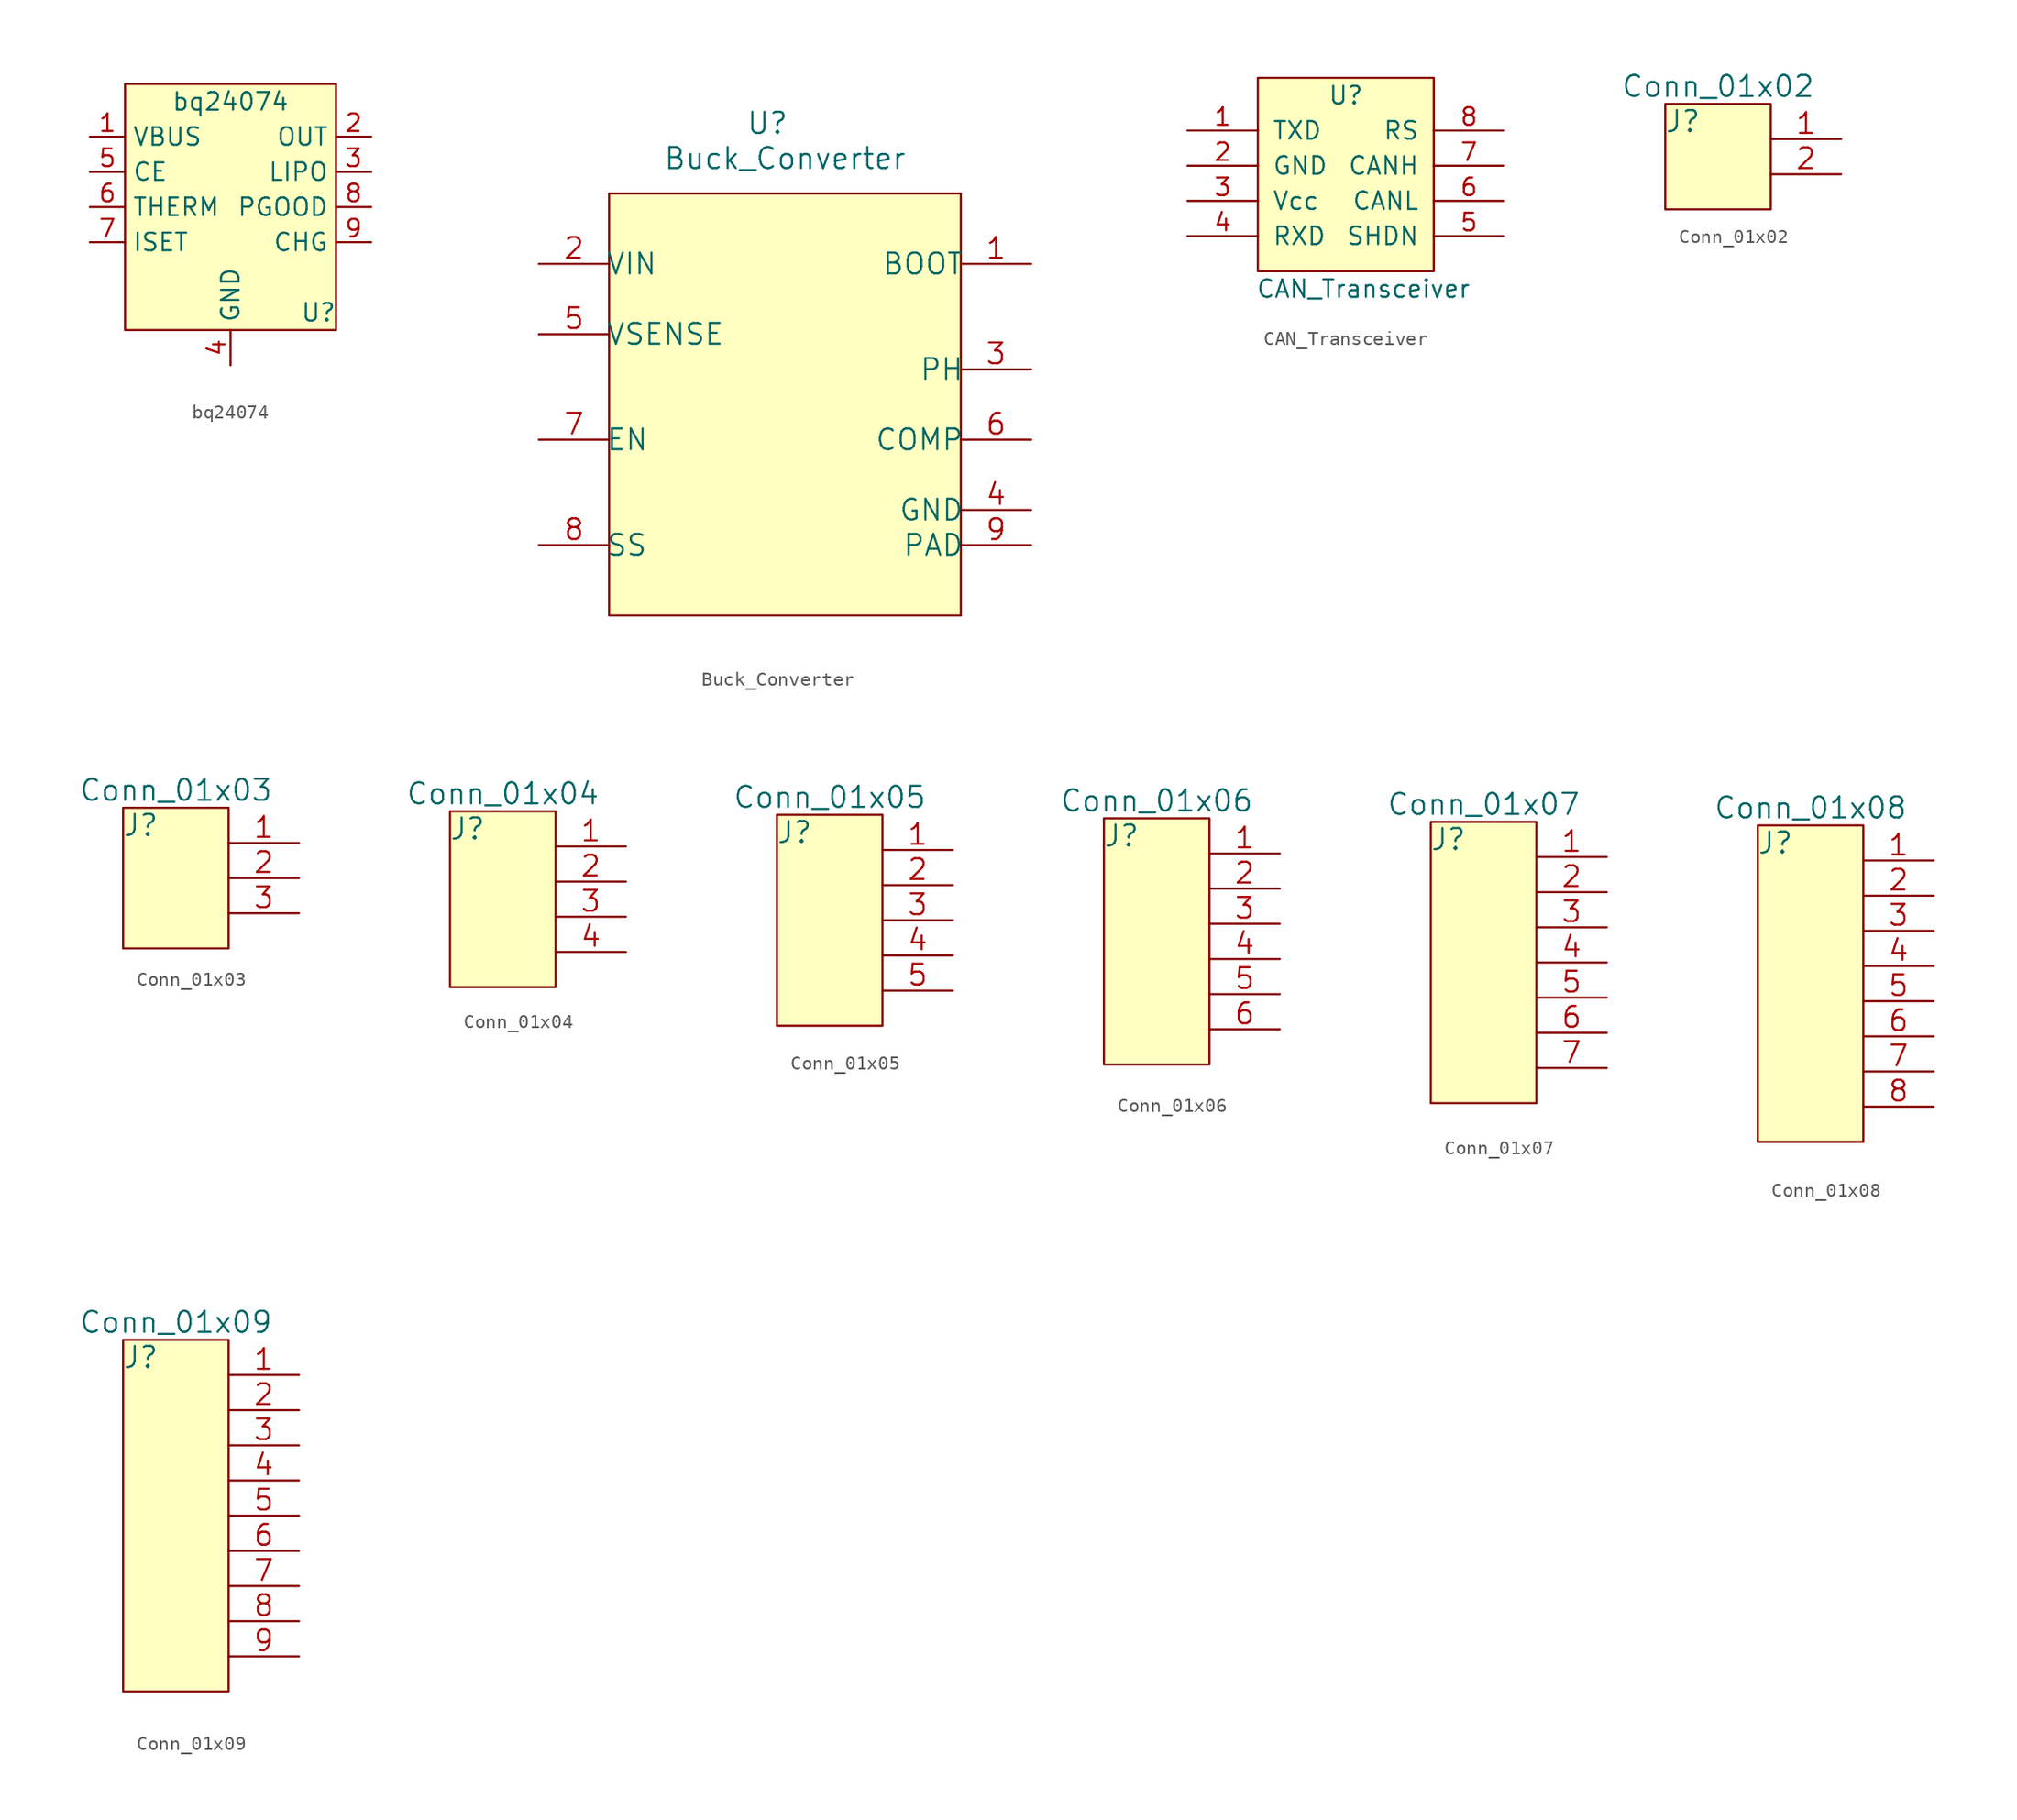
<source format=kicad_sym>
(kicad_symbol_lib
  (version 20211014)
  (generator kicad_symbol_editor)
  (symbol "bq24074"
    (property "Reference" "U"
      (at 7.62 -16.51 0)
      (effects (font (size 1.27 1.27))))
    (property "Value" "bq24074"
      (at 1.27 -1.27 0)
      (effects (font (size 1.27 1.27))))
    (symbol "bq24074_0_1"
      (rectangle (start -6.35 0) (end 8.89 -17.78) (stroke (width 0) (type default) (color 0 0 0 0)) (fill (type background))))
    (symbol "bq24074_1_1"
      (pin input line (at -8.89 -3.81 0) (length 2.54) (name "VBUS" (effects (font (size 1.27 1.27)))) (number "1" (effects (font (size 1.27 1.27)))))
      (pin input line (at 11.43 -3.81 180) (length 2.54) (name "OUT" (effects (font (size 1.27 1.27)))) (number "2" (effects (font (size 1.27 1.27)))))
      (pin input line (at 11.43 -6.35 180) (length 2.54) (name "LIPO" (effects (font (size 1.27 1.27)))) (number "3" (effects (font (size 1.27 1.27)))))
      (pin input line (at 1.27 -20.32 90) (length 2.54) (name "GND" (effects (font (size 1.27 1.27)))) (number "4" (effects (font (size 1.27 1.27)))))
      (pin input line (at -8.89 -6.35 0) (length 2.54) (name "CE" (effects (font (size 1.27 1.27)))) (number "5" (effects (font (size 1.27 1.27)))))
      (pin input line (at -8.89 -8.89 0) (length 2.54) (name "THERM" (effects (font (size 1.27 1.27)))) (number "6" (effects (font (size 1.27 1.27)))))
      (pin input line (at -8.89 -11.43 0) (length 2.54) (name "ISET" (effects (font (size 1.27 1.27)))) (number "7" (effects (font (size 1.27 1.27)))))
      (pin input line (at 11.43 -8.89 180) (length 2.54) (name "PGOOD" (effects (font (size 1.27 1.27)))) (number "8" (effects (font (size 1.27 1.27)))))
      (pin input line (at 11.43 -11.43 180) (length 2.54) (name "CHG" (effects (font (size 1.27 1.27)))) (number "9" (effects (font (size 1.27 1.27)))))))
  (symbol "Buck_Converter"
    (pin_names
      (offset -0.254))
    (property "Reference" "U"
      (at -1.27 20.32 0)
      (effects (font (size 1.524 1.524))))
    (property "Value" "Buck_Converter"
      (at 0 17.78 0)
      (effects (font (size 1.524 1.524))))
    (symbol "Buck_Converter_0_1"
      (rectangle (start 12.7 15.24) (end -12.7 -15.24) (stroke (width 0) (type default) (color 0 0 0 0)) (fill (type background))))
    (symbol "Buck_Converter_1_1"
      (pin unspecified line (at 17.78 10.16 180) (length 5.08) (name "BOOT" (effects (font (size 1.499 1.499)))) (number "1" (effects (font (size 1.499 1.499)))))
      (pin power_in line (at -17.78 10.16 0) (length 5.08) (name "VIN" (effects (font (size 1.499 1.499)))) (number "2" (effects (font (size 1.499 1.499)))))
      (pin power_in line (at 17.78 2.54 180) (length 5.08) (name "PH" (effects (font (size 1.499 1.499)))) (number "3" (effects (font (size 1.499 1.499)))))
      (pin power_in line (at 17.78 -7.62 180) (length 5.08) (name "GND" (effects (font (size 1.499 1.499)))) (number "4" (effects (font (size 1.499 1.499)))))
      (pin input line (at -17.78 5.08 0) (length 5.08) (name "VSENSE" (effects (font (size 1.499 1.499)))) (number "5" (effects (font (size 1.499 1.499)))))
      (pin bidirectional line (at 17.78 -2.54 180) (length 5.08) (name "COMP" (effects (font (size 1.499 1.499)))) (number "6" (effects (font (size 1.499 1.499)))))
      (pin input line (at -17.78 -2.54 0) (length 5.08) (name "EN" (effects (font (size 1.499 1.499)))) (number "7" (effects (font (size 1.499 1.499)))))
      (pin input line (at -17.78 -10.16 0) (length 5.08) (name "SS" (effects (font (size 1.499 1.499)))) (number "8" (effects (font (size 1.499 1.499)))))
      (pin power_in line (at 17.78 -10.16 180) (length 5.08) (name "PAD" (effects (font (size 1.499 1.499)))) (number "9" (effects (font (size 1.499 1.499)))))))
  (symbol "CAN_Transceiver"
    (pin_names
      (offset 1.016))
    (property "Reference" "U"
      (at 6.35 2.54 0)
      (effects (font (size 1.27 1.27))))
    (property "Value" "CAN_Transceiver"
      (at 7.62 -11.43 0)
      (effects (font (size 1.27 1.27))))
    (symbol "CAN_Transceiver_0_1"
      (rectangle (start 0 3.81) (end 12.7 -10.16) (stroke (width 0) (type default) (color 0 0 0 0)) (fill (type background))))
    (symbol "CAN_Transceiver_1_1"
      (pin input line (at -5.08 0 0) (length 5.08) (name "TXD" (effects (font (size 1.27 1.27)))) (number "1" (effects (font (size 1.27 1.27)))))
      (pin input line (at -5.08 -2.54 0) (length 5.08) (name "GND" (effects (font (size 1.27 1.27)))) (number "2" (effects (font (size 1.27 1.27)))))
      (pin input line (at -5.08 -5.08 0) (length 5.08) (name "Vcc" (effects (font (size 1.27 1.27)))) (number "3" (effects (font (size 1.27 1.27)))))
      (pin input line (at -5.08 -7.62 0) (length 5.08) (name "RXD" (effects (font (size 1.27 1.27)))) (number "4" (effects (font (size 1.27 1.27)))))
      (pin input line (at 17.78 -7.62 180) (length 5.08) (name "SHDN" (effects (font (size 1.27 1.27)))) (number "5" (effects (font (size 1.27 1.27)))))
      (pin input line (at 17.78 -5.08 180) (length 5.08) (name "CANL" (effects (font (size 1.27 1.27)))) (number "6" (effects (font (size 1.27 1.27)))))
      (pin input line (at 17.78 -2.54 180) (length 5.08) (name "CANH" (effects (font (size 1.27 1.27)))) (number "7" (effects (font (size 1.27 1.27)))))
      (pin input line (at 17.78 0 180) (length 5.08) (name "RS" (effects (font (size 1.27 1.27)))) (number "8" (effects (font (size 1.27 1.27)))))))
  (symbol "Conn_01x02"
    (pin_names
      (offset 0.254))
    (property "Reference" "J"
      (at -6.35 2.54 0)
      (effects (font (size 1.524 1.524))))
    (property "Value" "Conn_01x02"
      (at -3.81 5.08 0)
      (effects (font (size 1.524 1.524))))
    (symbol "Conn_01x02_1_1"
      (rectangle (start -7.62 -3.81) (end 0 3.81) (stroke (width 0) (type default) (color 0 0 0 0)) (fill (type background)))
      (pin unspecified line (at 5.08 1.27 180) (length 5.08) (name "~" (effects (font (size 1.499 1.499)))) (number "1" (effects (font (size 1.499 1.499)))))
      (pin unspecified line (at 5.08 -1.27 180) (length 5.08) (name "~" (effects (font (size 1.499 1.499)))) (number "2" (effects (font (size 1.499 1.499)))))))
  (symbol "Conn_01x03"
    (pin_names
      (offset 0.254))
    (property "Reference" "J"
      (at -6.35 2.54 0)
      (effects (font (size 1.524 1.524))))
    (property "Value" "Conn_01x03"
      (at -3.81 5.08 0)
      (effects (font (size 1.524 1.524))))
    (symbol "Conn_01x03_0_1"
      (rectangle (start -7.62 3.81) (end 0 -6.35) (stroke (width 0) (type default) (color 0 0 0 0)) (fill (type background))))
    (symbol "Conn_01x03_1_1"
      (pin unspecified line (at 5.08 1.27 180) (length 5.08) (name "~" (effects (font (size 1.499 1.499)))) (number "1" (effects (font (size 1.499 1.499)))))
      (pin unspecified line (at 5.08 -1.27 180) (length 5.08) (name "~" (effects (font (size 1.499 1.499)))) (number "2" (effects (font (size 1.499 1.499)))))
      (pin unspecified line (at 5.08 -3.81 180) (length 5.08) (name "~" (effects (font (size 1.499 1.499)))) (number "3" (effects (font (size 1.499 1.499)))))))
  (symbol "Conn_01x04"
    (pin_names
      (offset 0.254))
    (property "Reference" "J"
      (at -6.35 2.54 0)
      (effects (font (size 1.524 1.524))))
    (property "Value" "Conn_01x04"
      (at -3.81 5.08 0)
      (effects (font (size 1.524 1.524))))
    (symbol "Conn_01x04_0_1"
      (rectangle (start -7.62 3.81) (end 0 -8.89) (stroke (width 0) (type default) (color 0 0 0 0)) (fill (type background))))
    (symbol "Conn_01x04_1_1"
      (pin unspecified line (at 5.08 1.27 180) (length 5.08) (name "~" (effects (font (size 1.499 1.499)))) (number "1" (effects (font (size 1.499 1.499)))))
      (pin unspecified line (at 5.08 -1.27 180) (length 5.08) (name "~" (effects (font (size 1.499 1.499)))) (number "2" (effects (font (size 1.499 1.499)))))
      (pin unspecified line (at 5.08 -3.81 180) (length 5.08) (name "~" (effects (font (size 1.499 1.499)))) (number "3" (effects (font (size 1.499 1.499)))))
      (pin unspecified line (at 5.08 -6.35 180) (length 5.08) (name "~" (effects (font (size 1.499 1.499)))) (number "4" (effects (font (size 1.499 1.499)))))))
  (symbol "Conn_01x05"
    (pin_names
      (offset 0.254))
    (property "Reference" "J"
      (at -6.35 2.54 0)
      (effects (font (size 1.524 1.524))))
    (property "Value" "Conn_01x05"
      (at -3.81 5.08 0)
      (effects (font (size 1.524 1.524))))
    (symbol "Conn_01x05_0_1"
      (rectangle (start -7.62 3.81) (end 0 -11.43) (stroke (width 0) (type default) (color 0 0 0 0)) (fill (type background))))
    (symbol "Conn_01x05_1_1"
      (pin unspecified line (at 5.08 1.27 180) (length 5.08) (name "~" (effects (font (size 1.499 1.499)))) (number "1" (effects (font (size 1.499 1.499)))))
      (pin unspecified line (at 5.08 -1.27 180) (length 5.08) (name "~" (effects (font (size 1.499 1.499)))) (number "2" (effects (font (size 1.499 1.499)))))
      (pin unspecified line (at 5.08 -3.81 180) (length 5.08) (name "~" (effects (font (size 1.499 1.499)))) (number "3" (effects (font (size 1.499 1.499)))))
      (pin unspecified line (at 5.08 -6.35 180) (length 5.08) (name "~" (effects (font (size 1.499 1.499)))) (number "4" (effects (font (size 1.499 1.499)))))
      (pin unspecified line (at 5.08 -8.89 180) (length 5.08) (name "~" (effects (font (size 1.499 1.499)))) (number "5" (effects (font (size 1.499 1.499)))))))
  (symbol "Conn_01x06"
    (pin_names
      (offset 0.254))
    (property "Reference" "J"
      (at -6.35 2.54 0)
      (effects (font (size 1.524 1.524))))
    (property "Value" "Conn_01x06"
      (at -3.81 5.08 0)
      (effects (font (size 1.524 1.524))))
    (symbol "Conn_01x06_0_1"
      (rectangle (start -7.62 3.81) (end 0 -13.97) (stroke (width 0) (type default) (color 0 0 0 0)) (fill (type background))))
    (symbol "Conn_01x06_1_1"
      (pin unspecified line (at 5.08 1.27 180) (length 5.08) (name "~" (effects (font (size 1.499 1.499)))) (number "1" (effects (font (size 1.499 1.499)))))
      (pin unspecified line (at 5.08 -1.27 180) (length 5.08) (name "~" (effects (font (size 1.499 1.499)))) (number "2" (effects (font (size 1.499 1.499)))))
      (pin unspecified line (at 5.08 -3.81 180) (length 5.08) (name "~" (effects (font (size 1.499 1.499)))) (number "3" (effects (font (size 1.499 1.499)))))
      (pin unspecified line (at 5.08 -6.35 180) (length 5.08) (name "~" (effects (font (size 1.499 1.499)))) (number "4" (effects (font (size 1.499 1.499)))))
      (pin unspecified line (at 5.08 -8.89 180) (length 5.08) (name "~" (effects (font (size 1.499 1.499)))) (number "5" (effects (font (size 1.499 1.499)))))
      (pin unspecified line (at 5.08 -11.43 180) (length 5.08) (name "~" (effects (font (size 1.499 1.499)))) (number "6" (effects (font (size 1.499 1.499)))))))
  (symbol "Conn_01x07"
    (pin_names
      (offset 0.254))
    (property "Reference" "J"
      (at -6.35 2.54 0)
      (effects (font (size 1.524 1.524))))
    (property "Value" "Conn_01x07"
      (at -3.81 5.08 0)
      (effects (font (size 1.524 1.524))))
    (symbol "Conn_01x07_0_1"
      (rectangle (start -7.62 3.81) (end 0 -16.51) (stroke (width 0) (type default) (color 0 0 0 0)) (fill (type background))))
    (symbol "Conn_01x07_1_1"
      (pin unspecified line (at 5.08 1.27 180) (length 5.08) (name "~" (effects (font (size 1.499 1.499)))) (number "1" (effects (font (size 1.499 1.499)))))
      (pin unspecified line (at 5.08 -1.27 180) (length 5.08) (name "~" (effects (font (size 1.499 1.499)))) (number "2" (effects (font (size 1.499 1.499)))))
      (pin unspecified line (at 5.08 -3.81 180) (length 5.08) (name "~" (effects (font (size 1.499 1.499)))) (number "3" (effects (font (size 1.499 1.499)))))
      (pin unspecified line (at 5.08 -6.35 180) (length 5.08) (name "~" (effects (font (size 1.499 1.499)))) (number "4" (effects (font (size 1.499 1.499)))))
      (pin unspecified line (at 5.08 -8.89 180) (length 5.08) (name "~" (effects (font (size 1.499 1.499)))) (number "5" (effects (font (size 1.499 1.499)))))
      (pin unspecified line (at 5.08 -11.43 180) (length 5.08) (name "~" (effects (font (size 1.499 1.499)))) (number "6" (effects (font (size 1.499 1.499)))))
      (pin unspecified line (at 5.08 -13.97 180) (length 5.08) (name "~" (effects (font (size 1.499 1.499)))) (number "7" (effects (font (size 1.499 1.499)))))))
  (symbol "Conn_01x08"
    (pin_names
      (offset 0.254))
    (property "Reference" "J"
      (at -6.35 2.54 0)
      (effects (font (size 1.524 1.524))))
    (property "Value" "Conn_01x08"
      (at -3.81 5.08 0)
      (effects (font (size 1.524 1.524))))
    (symbol "Conn_01x08_0_1"
      (rectangle (start -7.62 3.81) (end 0 -19.05) (stroke (width 0) (type default) (color 0 0 0 0)) (fill (type background))))
    (symbol "Conn_01x08_1_1"
      (pin unspecified line (at 5.08 1.27 180) (length 5.08) (name "~" (effects (font (size 1.499 1.499)))) (number "1" (effects (font (size 1.499 1.499)))))
      (pin unspecified line (at 5.08 -1.27 180) (length 5.08) (name "~" (effects (font (size 1.499 1.499)))) (number "2" (effects (font (size 1.499 1.499)))))
      (pin unspecified line (at 5.08 -3.81 180) (length 5.08) (name "~" (effects (font (size 1.499 1.499)))) (number "3" (effects (font (size 1.499 1.499)))))
      (pin unspecified line (at 5.08 -6.35 180) (length 5.08) (name "~" (effects (font (size 1.499 1.499)))) (number "4" (effects (font (size 1.499 1.499)))))
      (pin unspecified line (at 5.08 -8.89 180) (length 5.08) (name "~" (effects (font (size 1.499 1.499)))) (number "5" (effects (font (size 1.499 1.499)))))
      (pin unspecified line (at 5.08 -11.43 180) (length 5.08) (name "~" (effects (font (size 1.499 1.499)))) (number "6" (effects (font (size 1.499 1.499)))))
      (pin unspecified line (at 5.08 -13.97 180) (length 5.08) (name "~" (effects (font (size 1.499 1.499)))) (number "7" (effects (font (size 1.499 1.499)))))
      (pin unspecified line (at 5.08 -16.51 180) (length 5.08) (name "~" (effects (font (size 1.499 1.499)))) (number "8" (effects (font (size 1.499 1.499)))))))
  (symbol "Conn_01x09"
    (pin_names
      (offset 0.254))
    (property "Reference" "J"
      (at -6.35 2.54 0)
      (effects (font (size 1.524 1.524))))
    (property "Value" "Conn_01x09"
      (at -3.81 5.08 0)
      (effects (font (size 1.524 1.524))))
    (symbol "Conn_01x09_0_1"
      (rectangle (start -7.62 3.81) (end 0 -21.59) (stroke (width 0) (type default) (color 0 0 0 0)) (fill (type background))))
    (symbol "Conn_01x09_1_1"
      (pin unspecified line (at 5.08 1.27 180) (length 5.08) (name "~" (effects (font (size 1.499 1.499)))) (number "1" (effects (font (size 1.499 1.499)))))
      (pin unspecified line (at 5.08 -1.27 180) (length 5.08) (name "~" (effects (font (size 1.499 1.499)))) (number "2" (effects (font (size 1.499 1.499)))))
      (pin unspecified line (at 5.08 -3.81 180) (length 5.08) (name "~" (effects (font (size 1.499 1.499)))) (number "3" (effects (font (size 1.499 1.499)))))
      (pin unspecified line (at 5.08 -6.35 180) (length 5.08) (name "~" (effects (font (size 1.499 1.499)))) (number "4" (effects (font (size 1.499 1.499)))))
      (pin unspecified line (at 5.08 -8.89 180) (length 5.08) (name "~" (effects (font (size 1.499 1.499)))) (number "5" (effects (font (size 1.499 1.499)))))
      (pin unspecified line (at 5.08 -11.43 180) (length 5.08) (name "~" (effects (font (size 1.499 1.499)))) (number "6" (effects (font (size 1.499 1.499)))))
      (pin unspecified line (at 5.08 -13.97 180) (length 5.08) (name "~" (effects (font (size 1.499 1.499)))) (number "7" (effects (font (size 1.499 1.499)))))
      (pin unspecified line (at 5.08 -16.51 180) (length 5.08) (name "~" (effects (font (size 1.499 1.499)))) (number "8" (effects (font (size 1.499 1.499)))))
      (pin unspecified line (at 5.08 -19.05 180) (length 5.08) (name "~" (effects (font (size 1.499 1.499)))) (number "9" (effects (font (size 1.499 1.499))))))))
</source>
